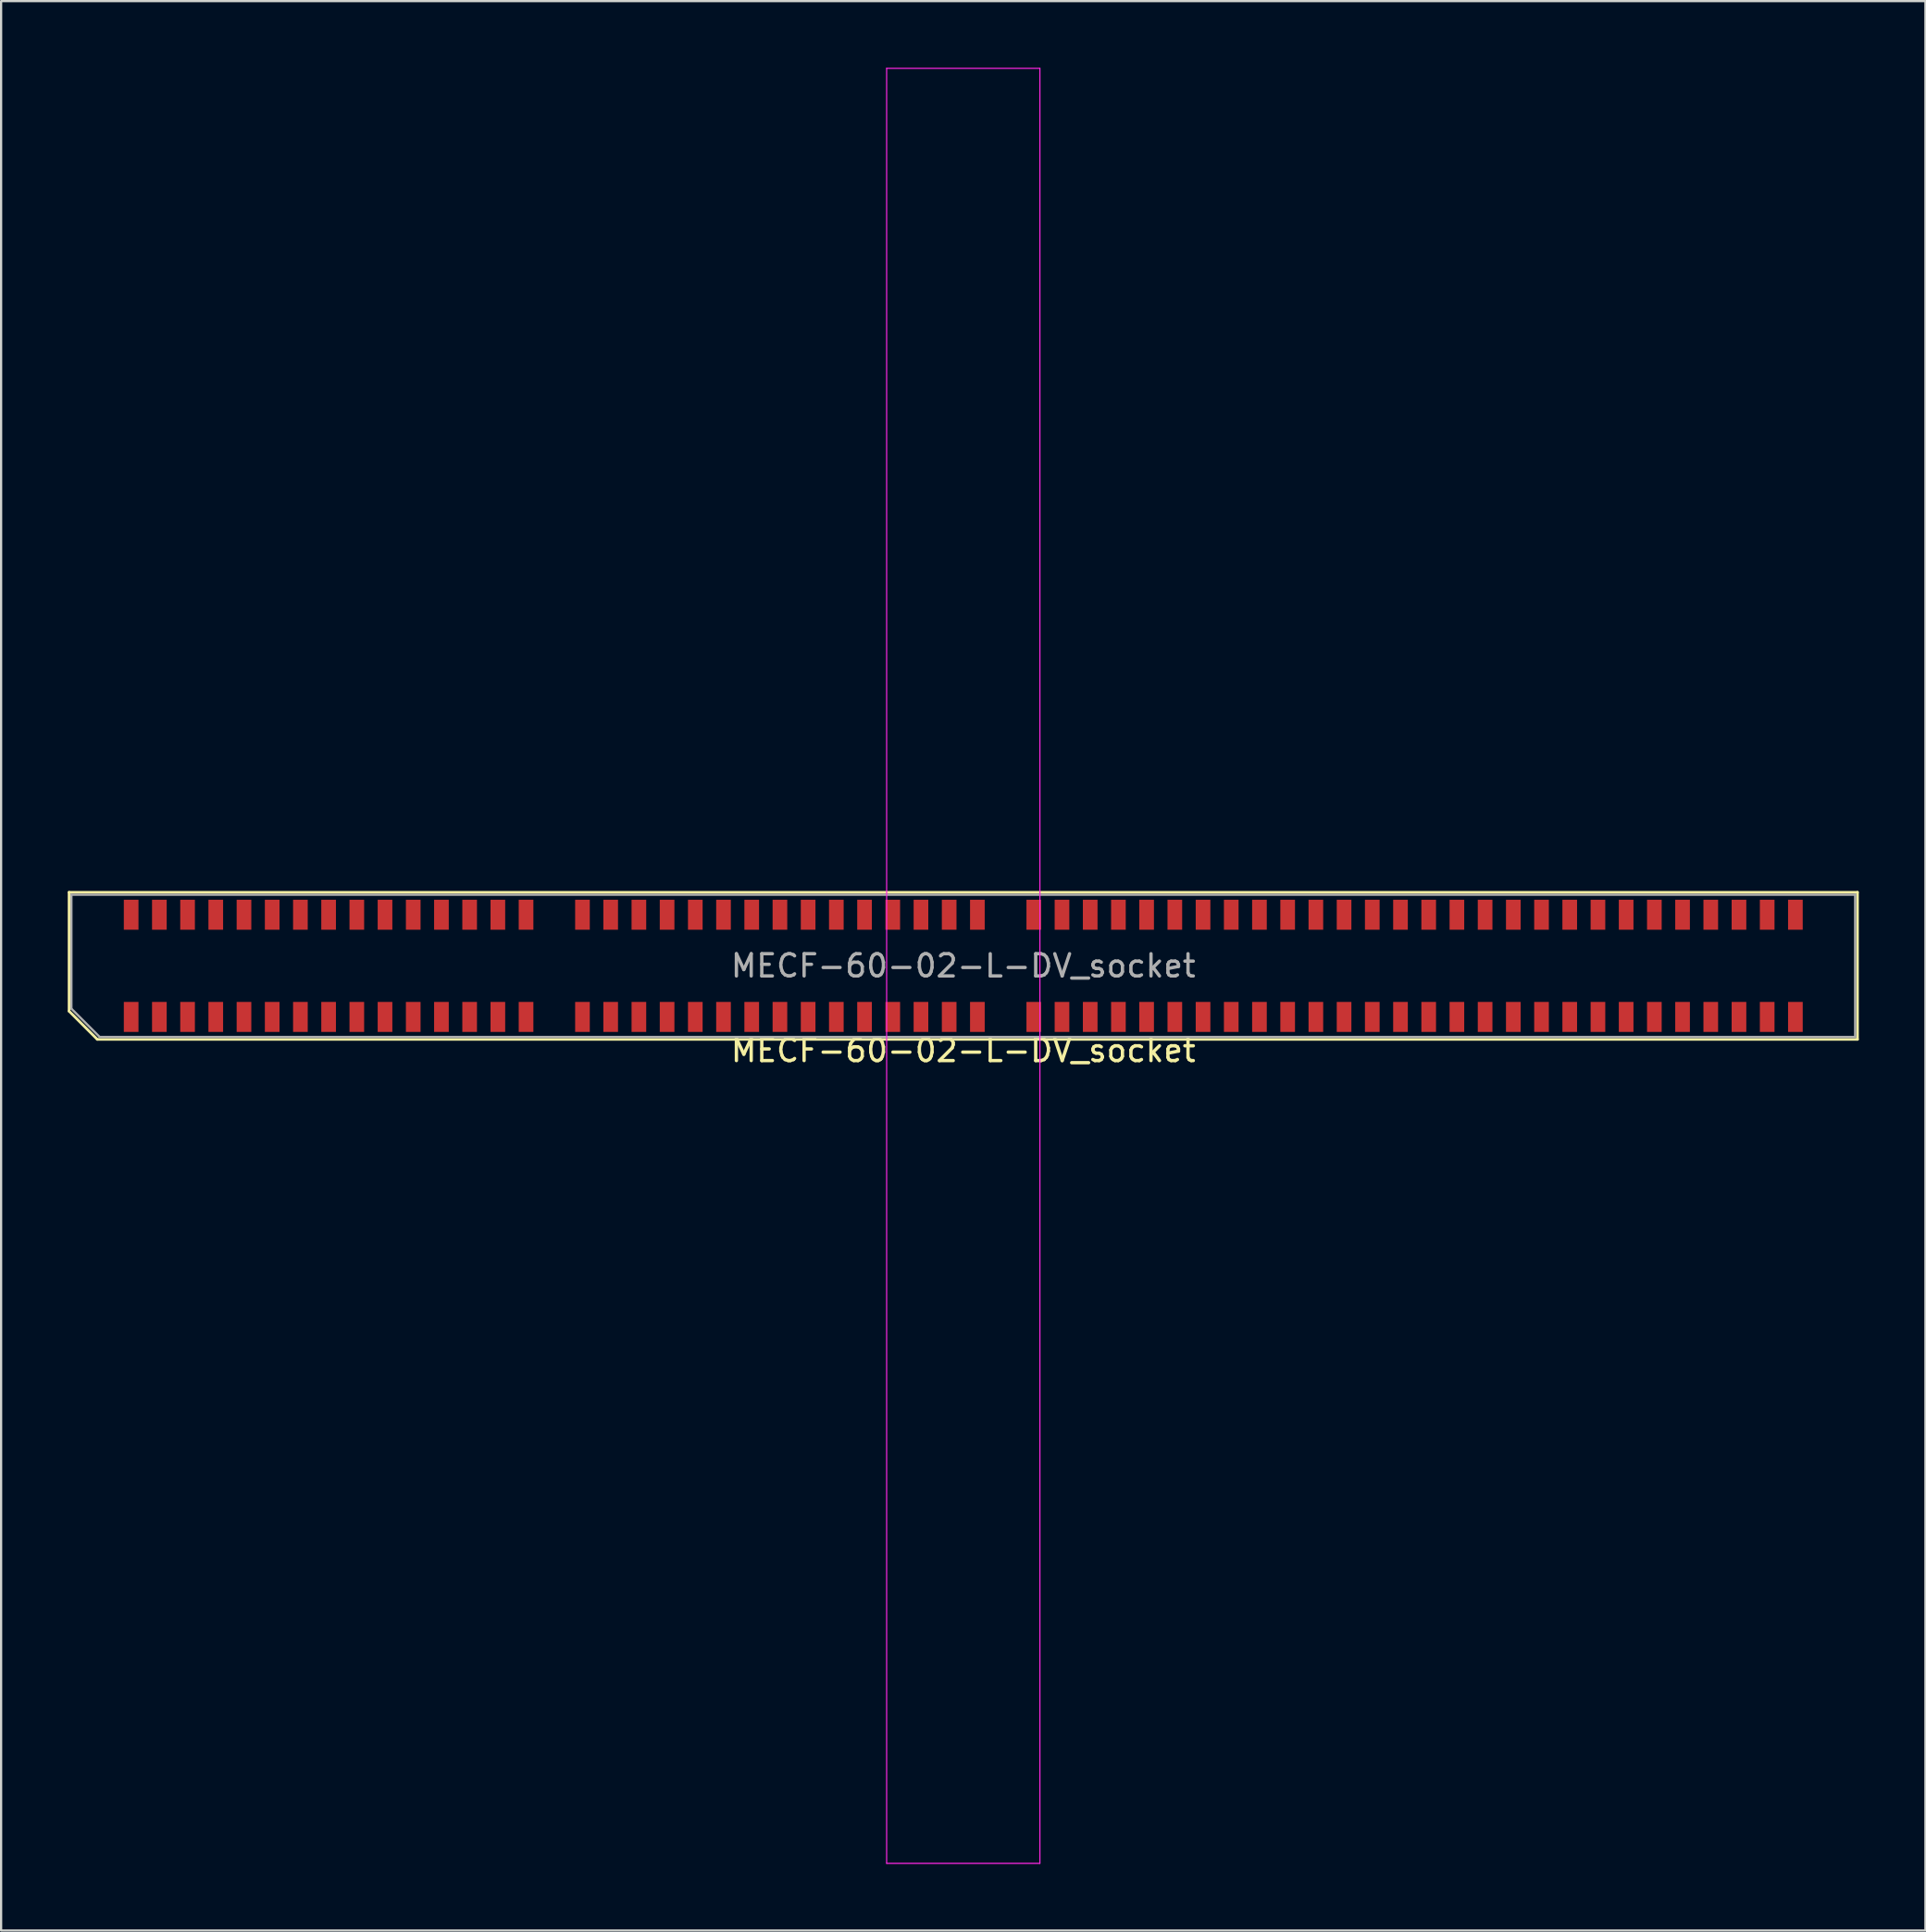
<source format=kicad_pcb>
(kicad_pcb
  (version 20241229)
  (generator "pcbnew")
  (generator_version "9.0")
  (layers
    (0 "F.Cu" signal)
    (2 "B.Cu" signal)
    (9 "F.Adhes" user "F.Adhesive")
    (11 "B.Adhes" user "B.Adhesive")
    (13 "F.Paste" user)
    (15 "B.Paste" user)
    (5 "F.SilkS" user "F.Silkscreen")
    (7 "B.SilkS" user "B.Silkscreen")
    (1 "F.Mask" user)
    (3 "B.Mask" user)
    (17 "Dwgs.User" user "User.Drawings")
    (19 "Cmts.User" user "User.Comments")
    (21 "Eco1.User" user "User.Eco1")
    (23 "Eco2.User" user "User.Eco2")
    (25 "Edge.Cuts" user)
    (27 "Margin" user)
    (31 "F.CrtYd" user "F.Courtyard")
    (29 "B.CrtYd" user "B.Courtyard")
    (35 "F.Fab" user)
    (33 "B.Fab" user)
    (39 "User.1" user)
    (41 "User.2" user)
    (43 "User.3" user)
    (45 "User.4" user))
  (footprint "MECF-60-02-L-DV_socket"
    (layer "F.Cu")
    (at 40.32 40.425)
    (property "Reference" "MECF-60-02-L-DV_socket" (at 0 3.81 0) (layer "F.SilkS") (effects (font (size 1 1) (thickness 0.15))))
    (attr smd)
    (fp_line (start -40.26 -3.31) (end 40.26 -3.31) (stroke (width 0.12) (type solid)) (layer "F.SilkS"))
    (fp_line (start -40.26 2.04) (end -40.26 -3.31) (stroke (width 0.12) (type solid)) (layer "F.SilkS"))
    (fp_line (start -38.99 3.31) (end -40.26 2.04) (stroke (width 0.12) (type solid)) (layer "F.SilkS"))
    (fp_line (start -38.99 3.31) (end 40.26 3.31) (stroke (width 0.12) (type solid)) (layer "F.SilkS"))
    (fp_line (start 40.26 3.31) (end 40.26 -3.31) (stroke (width 0.12) (type solid)) (layer "F.SilkS"))
    (fp_line (start -3.45 -40.4) (end -3.45 40.4) (stroke (width 0.05) (type solid)) (layer "F.CrtYd"))
    (fp_line (start -3.45 40.4) (end 3.45 40.4) (stroke (width 0.05) (type solid)) (layer "F.CrtYd"))
    (fp_line (start 3.45 -40.4) (end -3.45 -40.4) (stroke (width 0.05) (type solid)) (layer "F.CrtYd"))
    (fp_line (start 3.45 40.4) (end 3.45 -40.4) (stroke (width 0.05) (type solid)) (layer "F.CrtYd"))
    (fp_line (start -40.155 -3.2) (end 40.155 -3.2) (stroke (width 0.1) (type solid)) (layer "F.Fab"))
    (fp_line (start -40.155 1.93) (end -40.155 -3.2) (stroke (width 0.1) (type solid)) (layer "F.Fab"))
    (fp_line (start -40.155 1.93) (end -38.885 3.2) (stroke (width 0.1) (type solid)) (layer "F.Fab"))
    (fp_line (start -38.885 3.2) (end 40.155 3.2) (stroke (width 0.1) (type solid)) (layer "F.Fab"))
    (fp_line (start 40.155 3.2) (end 40.155 -3.2) (stroke (width 0.1) (type solid)) (layer "F.Fab"))
    (fp_text user "${REFERENCE}" (at 0 0 0) (layer "F.Fab") (effects (font (size 1 1) (thickness 0.15))))
    (pad "" np_thru_hole circle (at -39.245 0) (size 0.001 0.001) (drill 1.45) (layers "*.Cu" "*.Mask"))
    (pad "" np_thru_hole circle (at 39.245 1) (size 0.001 0.001) (drill 1.45) (layers "*.Cu" "*.Mask"))
    (pad "1" smd rect (at -37.465 2.3) (size 0.66 1.35) (layers "F.Cu" "F.Mask" "F.Paste"))
    (pad "2" smd rect (at -37.465 -2.3) (size 0.66 1.35) (layers "F.Cu" "F.Mask" "F.Paste"))
    (pad "3" smd rect (at -36.195 2.3) (size 0.66 1.35) (layers "F.Cu" "F.Mask" "F.Paste"))
    (pad "4" smd rect (at -36.195 -2.3) (size 0.66 1.35) (layers "F.Cu" "F.Mask" "F.Paste"))
    (pad "5" smd rect (at -34.925 2.3) (size 0.66 1.35) (layers "F.Cu" "F.Mask" "F.Paste"))
    (pad "6" smd rect (at -34.925 -2.3) (size 0.66 1.35) (layers "F.Cu" "F.Mask" "F.Paste"))
    (pad "7" smd rect (at -33.655 2.3) (size 0.66 1.35) (layers "F.Cu" "F.Mask" "F.Paste"))
    (pad "8" smd rect (at -33.655 -2.3) (size 0.66 1.35) (layers "F.Cu" "F.Mask" "F.Paste"))
    (pad "9" smd rect (at -32.385 2.3) (size 0.66 1.35) (layers "F.Cu" "F.Mask" "F.Paste"))
    (pad "10" smd rect (at -32.385 -2.3) (size 0.66 1.35) (layers "F.Cu" "F.Mask" "F.Paste"))
    (pad "11" smd rect (at -31.115 2.3) (size 0.66 1.35) (layers "F.Cu" "F.Mask" "F.Paste"))
    (pad "12" smd rect (at -31.115 -2.3) (size 0.66 1.35) (layers "F.Cu" "F.Mask" "F.Paste"))
    (pad "13" smd rect (at -29.845 2.3) (size 0.66 1.35) (layers "F.Cu" "F.Mask" "F.Paste"))
    (pad "14" smd rect (at -29.845 -2.3) (size 0.66 1.35) (layers "F.Cu" "F.Mask" "F.Paste"))
    (pad "15" smd rect (at -28.575 2.3) (size 0.66 1.35) (layers "F.Cu" "F.Mask" "F.Paste"))
    (pad "16" smd rect (at -28.575 -2.3) (size 0.66 1.35) (layers "F.Cu" "F.Mask" "F.Paste"))
    (pad "17" smd rect (at -27.305 2.3) (size 0.66 1.35) (layers "F.Cu" "F.Mask" "F.Paste"))
    (pad "18" smd rect (at -27.305 -2.3) (size 0.66 1.35) (layers "F.Cu" "F.Mask" "F.Paste"))
    (pad "19" smd rect (at -26.035 2.3) (size 0.66 1.35) (layers "F.Cu" "F.Mask" "F.Paste"))
    (pad "20" smd rect (at -26.035 -2.3) (size 0.66 1.35) (layers "F.Cu" "F.Mask" "F.Paste"))
    (pad "21" smd rect (at -24.765 2.3) (size 0.66 1.35) (layers "F.Cu" "F.Mask" "F.Paste"))
    (pad "22" smd rect (at -24.765 -2.3) (size 0.66 1.35) (layers "F.Cu" "F.Mask" "F.Paste"))
    (pad "23" smd rect (at -23.495 2.3) (size 0.66 1.35) (layers "F.Cu" "F.Mask" "F.Paste"))
    (pad "24" smd rect (at -23.495 -2.3) (size 0.66 1.35) (layers "F.Cu" "F.Mask" "F.Paste"))
    (pad "25" smd rect (at -22.225 2.3) (size 0.66 1.35) (layers "F.Cu" "F.Mask" "F.Paste"))
    (pad "26" smd rect (at -22.225 -2.3) (size 0.66 1.35) (layers "F.Cu" "F.Mask" "F.Paste"))
    (pad "27" smd rect (at -20.955 2.3) (size 0.66 1.35) (layers "F.Cu" "F.Mask" "F.Paste"))
    (pad "28" smd rect (at -20.955 -2.3) (size 0.66 1.35) (layers "F.Cu" "F.Mask" "F.Paste"))
    (pad "29" smd rect (at -19.685 2.3) (size 0.66 1.35) (layers "F.Cu" "F.Mask" "F.Paste"))
    (pad "30" smd rect (at -19.685 -2.3) (size 0.66 1.35) (layers "F.Cu" "F.Mask" "F.Paste"))
    (pad "33" smd rect (at -17.145 2.3) (size 0.66 1.35) (layers "F.Cu" "F.Mask" "F.Paste"))
    (pad "34" smd rect (at -17.145 -2.3) (size 0.66 1.35) (layers "F.Cu" "F.Mask" "F.Paste"))
    (pad "35" smd rect (at -15.875 2.3) (size 0.66 1.35) (layers "F.Cu" "F.Mask" "F.Paste"))
    (pad "36" smd rect (at -15.875 -2.3) (size 0.66 1.35) (layers "F.Cu" "F.Mask" "F.Paste"))
    (pad "37" smd rect (at -14.605 2.3) (size 0.66 1.35) (layers "F.Cu" "F.Mask" "F.Paste"))
    (pad "38" smd rect (at -14.605 -2.3) (size 0.66 1.35) (layers "F.Cu" "F.Mask" "F.Paste"))
    (pad "39" smd rect (at -13.335 2.3) (size 0.66 1.35) (layers "F.Cu" "F.Mask" "F.Paste"))
    (pad "40" smd rect (at -13.335 -2.3) (size 0.66 1.35) (layers "F.Cu" "F.Mask" "F.Paste"))
    (pad "41" smd rect (at -12.065 2.3) (size 0.66 1.35) (layers "F.Cu" "F.Mask" "F.Paste"))
    (pad "42" smd rect (at -12.065 -2.3) (size 0.66 1.35) (layers "F.Cu" "F.Mask" "F.Paste"))
    (pad "43" smd rect (at -10.795 2.3) (size 0.66 1.35) (layers "F.Cu" "F.Mask" "F.Paste"))
    (pad "44" smd rect (at -10.795 -2.3) (size 0.66 1.35) (layers "F.Cu" "F.Mask" "F.Paste"))
    (pad "45" smd rect (at -9.525 2.3) (size 0.66 1.35) (layers "F.Cu" "F.Mask" "F.Paste"))
    (pad "46" smd rect (at -9.525 -2.3) (size 0.66 1.35) (layers "F.Cu" "F.Mask" "F.Paste"))
    (pad "47" smd rect (at -8.255 2.3) (size 0.66 1.35) (layers "F.Cu" "F.Mask" "F.Paste"))
    (pad "48" smd rect (at -8.255 -2.3) (size 0.66 1.35) (layers "F.Cu" "F.Mask" "F.Paste"))
    (pad "49" smd rect (at -6.985 2.3) (size 0.66 1.35) (layers "F.Cu" "F.Mask" "F.Paste"))
    (pad "50" smd rect (at -6.985 -2.3) (size 0.66 1.35) (layers "F.Cu" "F.Mask" "F.Paste"))
    (pad "51" smd rect (at -5.715 2.3) (size 0.66 1.35) (layers "F.Cu" "F.Mask" "F.Paste"))
    (pad "52" smd rect (at -5.715 -2.3) (size 0.66 1.35) (layers "F.Cu" "F.Mask" "F.Paste"))
    (pad "53" smd rect (at -4.445 2.3) (size 0.66 1.35) (layers "F.Cu" "F.Mask" "F.Paste"))
    (pad "54" smd rect (at -4.445 -2.3) (size 0.66 1.35) (layers "F.Cu" "F.Mask" "F.Paste"))
    (pad "55" smd rect (at -3.175 2.3) (size 0.66 1.35) (layers "F.Cu" "F.Mask" "F.Paste"))
    (pad "56" smd rect (at -3.175 -2.3) (size 0.66 1.35) (layers "F.Cu" "F.Mask" "F.Paste"))
    (pad "57" smd rect (at -1.905 2.3) (size 0.66 1.35) (layers "F.Cu" "F.Mask" "F.Paste"))
    (pad "58" smd rect (at -1.905 -2.3) (size 0.66 1.35) (layers "F.Cu" "F.Mask" "F.Paste"))
    (pad "59" smd rect (at -0.635 2.3) (size 0.66 1.35) (layers "F.Cu" "F.Mask" "F.Paste"))
    (pad "60" smd rect (at -0.635 -2.3) (size 0.66 1.35) (layers "F.Cu" "F.Mask" "F.Paste"))
    (pad "61" smd rect (at 0.635 2.3) (size 0.66 1.35) (layers "F.Cu" "F.Mask" "F.Paste"))
    (pad "62" smd rect (at 0.635 -2.3) (size 0.66 1.35) (layers "F.Cu" "F.Mask" "F.Paste"))
    (pad "65" smd rect (at 3.175 2.3) (size 0.66 1.35) (layers "F.Cu" "F.Mask" "F.Paste"))
    (pad "66" smd rect (at 3.175 -2.3) (size 0.66 1.35) (layers "F.Cu" "F.Mask" "F.Paste"))
    (pad "67" smd rect (at 4.445 2.3) (size 0.66 1.35) (layers "F.Cu" "F.Mask" "F.Paste"))
    (pad "68" smd rect (at 4.445 -2.3) (size 0.66 1.35) (layers "F.Cu" "F.Mask" "F.Paste"))
    (pad "69" smd rect (at 5.715 2.3) (size 0.66 1.35) (layers "F.Cu" "F.Mask" "F.Paste"))
    (pad "70" smd rect (at 5.715 -2.3) (size 0.66 1.35) (layers "F.Cu" "F.Mask" "F.Paste"))
    (pad "71" smd rect (at 6.985 2.3) (size 0.66 1.35) (layers "F.Cu" "F.Mask" "F.Paste"))
    (pad "72" smd rect (at 6.985 -2.3) (size 0.66 1.35) (layers "F.Cu" "F.Mask" "F.Paste"))
    (pad "73" smd rect (at 8.255 2.3) (size 0.66 1.35) (layers "F.Cu" "F.Mask" "F.Paste"))
    (pad "74" smd rect (at 8.255 -2.3) (size 0.66 1.35) (layers "F.Cu" "F.Mask" "F.Paste"))
    (pad "75" smd rect (at 9.525 2.3) (size 0.66 1.35) (layers "F.Cu" "F.Mask" "F.Paste"))
    (pad "76" smd rect (at 9.525 -2.3) (size 0.66 1.35) (layers "F.Cu" "F.Mask" "F.Paste"))
    (pad "77" smd rect (at 10.795 2.3) (size 0.66 1.35) (layers "F.Cu" "F.Mask" "F.Paste"))
    (pad "78" smd rect (at 10.795 -2.3) (size 0.66 1.35) (layers "F.Cu" "F.Mask" "F.Paste"))
    (pad "79" smd rect (at 12.065 2.3) (size 0.66 1.35) (layers "F.Cu" "F.Mask" "F.Paste"))
    (pad "80" smd rect (at 12.065 -2.3) (size 0.66 1.35) (layers "F.Cu" "F.Mask" "F.Paste"))
    (pad "81" smd rect (at 13.335 2.3) (size 0.66 1.35) (layers "F.Cu" "F.Mask" "F.Paste"))
    (pad "82" smd rect (at 13.335 -2.3) (size 0.66 1.35) (layers "F.Cu" "F.Mask" "F.Paste"))
    (pad "83" smd rect (at 14.605 2.3) (size 0.66 1.35) (layers "F.Cu" "F.Mask" "F.Paste"))
    (pad "84" smd rect (at 14.605 -2.3) (size 0.66 1.35) (layers "F.Cu" "F.Mask" "F.Paste"))
    (pad "85" smd rect (at 15.875 2.3) (size 0.66 1.35) (layers "F.Cu" "F.Mask" "F.Paste"))
    (pad "86" smd rect (at 15.875 -2.3) (size 0.66 1.35) (layers "F.Cu" "F.Mask" "F.Paste"))
    (pad "87" smd rect (at 17.145 2.3) (size 0.66 1.35) (layers "F.Cu" "F.Mask" "F.Paste"))
    (pad "88" smd rect (at 17.145 -2.3) (size 0.66 1.35) (layers "F.Cu" "F.Mask" "F.Paste"))
    (pad "89" smd rect (at 18.415 2.3) (size 0.66 1.35) (layers "F.Cu" "F.Mask" "F.Paste"))
    (pad "90" smd rect (at 18.415 -2.3) (size 0.66 1.35) (layers "F.Cu" "F.Mask" "F.Paste"))
    (pad "91" smd rect (at 19.685 2.3) (size 0.66 1.35) (layers "F.Cu" "F.Mask" "F.Paste"))
    (pad "92" smd rect (at 19.685 -2.3) (size 0.66 1.35) (layers "F.Cu" "F.Mask" "F.Paste"))
    (pad "93" smd rect (at 20.955 2.3) (size 0.66 1.35) (layers "F.Cu" "F.Mask" "F.Paste"))
    (pad "94" smd rect (at 20.955 -2.3) (size 0.66 1.35) (layers "F.Cu" "F.Mask" "F.Paste"))
    (pad "95" smd rect (at 22.225 2.3) (size 0.66 1.35) (layers "F.Cu" "F.Mask" "F.Paste"))
    (pad "96" smd rect (at 22.225 -2.3) (size 0.66 1.35) (layers "F.Cu" "F.Mask" "F.Paste"))
    (pad "97" smd rect (at 23.495 2.3) (size 0.66 1.35) (layers "F.Cu" "F.Mask" "F.Paste"))
    (pad "98" smd rect (at 23.495 -2.3) (size 0.66 1.35) (layers "F.Cu" "F.Mask" "F.Paste"))
    (pad "99" smd rect (at 24.765 2.3) (size 0.66 1.35) (layers "F.Cu" "F.Mask" "F.Paste"))
    (pad "100" smd rect (at 24.765 -2.3) (size 0.66 1.35) (layers "F.Cu" "F.Mask" "F.Paste"))
    (pad "101" smd rect (at 26.035 2.3) (size 0.66 1.35) (layers "F.Cu" "F.Mask" "F.Paste"))
    (pad "102" smd rect (at 26.035 -2.3) (size 0.66 1.35) (layers "F.Cu" "F.Mask" "F.Paste"))
    (pad "103" smd rect (at 27.305 2.3) (size 0.66 1.35) (layers "F.Cu" "F.Mask" "F.Paste"))
    (pad "104" smd rect (at 27.305 -2.3) (size 0.66 1.35) (layers "F.Cu" "F.Mask" "F.Paste"))
    (pad "105" smd rect (at 28.575 2.3) (size 0.66 1.35) (layers "F.Cu" "F.Mask" "F.Paste"))
    (pad "106" smd rect (at 28.575 -2.3) (size 0.66 1.35) (layers "F.Cu" "F.Mask" "F.Paste"))
    (pad "107" smd rect (at 29.845 2.3) (size 0.66 1.35) (layers "F.Cu" "F.Mask" "F.Paste"))
    (pad "108" smd rect (at 29.845 -2.3) (size 0.66 1.35) (layers "F.Cu" "F.Mask" "F.Paste"))
    (pad "109" smd rect (at 31.115 2.3) (size 0.66 1.35) (layers "F.Cu" "F.Mask" "F.Paste"))
    (pad "110" smd rect (at 31.115 -2.3) (size 0.66 1.35) (layers "F.Cu" "F.Mask" "F.Paste"))
    (pad "111" smd rect (at 32.385 2.3) (size 0.66 1.35) (layers "F.Cu" "F.Mask" "F.Paste"))
    (pad "112" smd rect (at 32.385 -2.3) (size 0.66 1.35) (layers "F.Cu" "F.Mask" "F.Paste"))
    (pad "113" smd rect (at 33.655 2.3) (size 0.66 1.35) (layers "F.Cu" "F.Mask" "F.Paste"))
    (pad "114" smd rect (at 33.655 -2.3) (size 0.66 1.35) (layers "F.Cu" "F.Mask" "F.Paste"))
    (pad "115" smd rect (at 34.925 2.3) (size 0.66 1.35) (layers "F.Cu" "F.Mask" "F.Paste"))
    (pad "116" smd rect (at 34.925 -2.3) (size 0.66 1.35) (layers "F.Cu" "F.Mask" "F.Paste"))
    (pad "117" smd rect (at 36.195 2.3) (size 0.66 1.35) (layers "F.Cu" "F.Mask" "F.Paste"))
    (pad "118" smd rect (at 36.195 -2.3) (size 0.66 1.35) (layers "F.Cu" "F.Mask" "F.Paste"))
    (pad "119" smd rect (at 37.465 2.3) (size 0.66 1.35) (layers "F.Cu" "F.Mask" "F.Paste"))
    (pad "120" smd rect (at 37.465 -2.3) (size 0.66 1.35) (layers "F.Cu" "F.Mask" "F.Paste")))
  (gr_rect
    (start -3 -3)
    (end 83.64 83.85)
    (stroke (width 0.1) (type default))
    (fill no)
    (layer "Edge.Cuts")))
</source>
